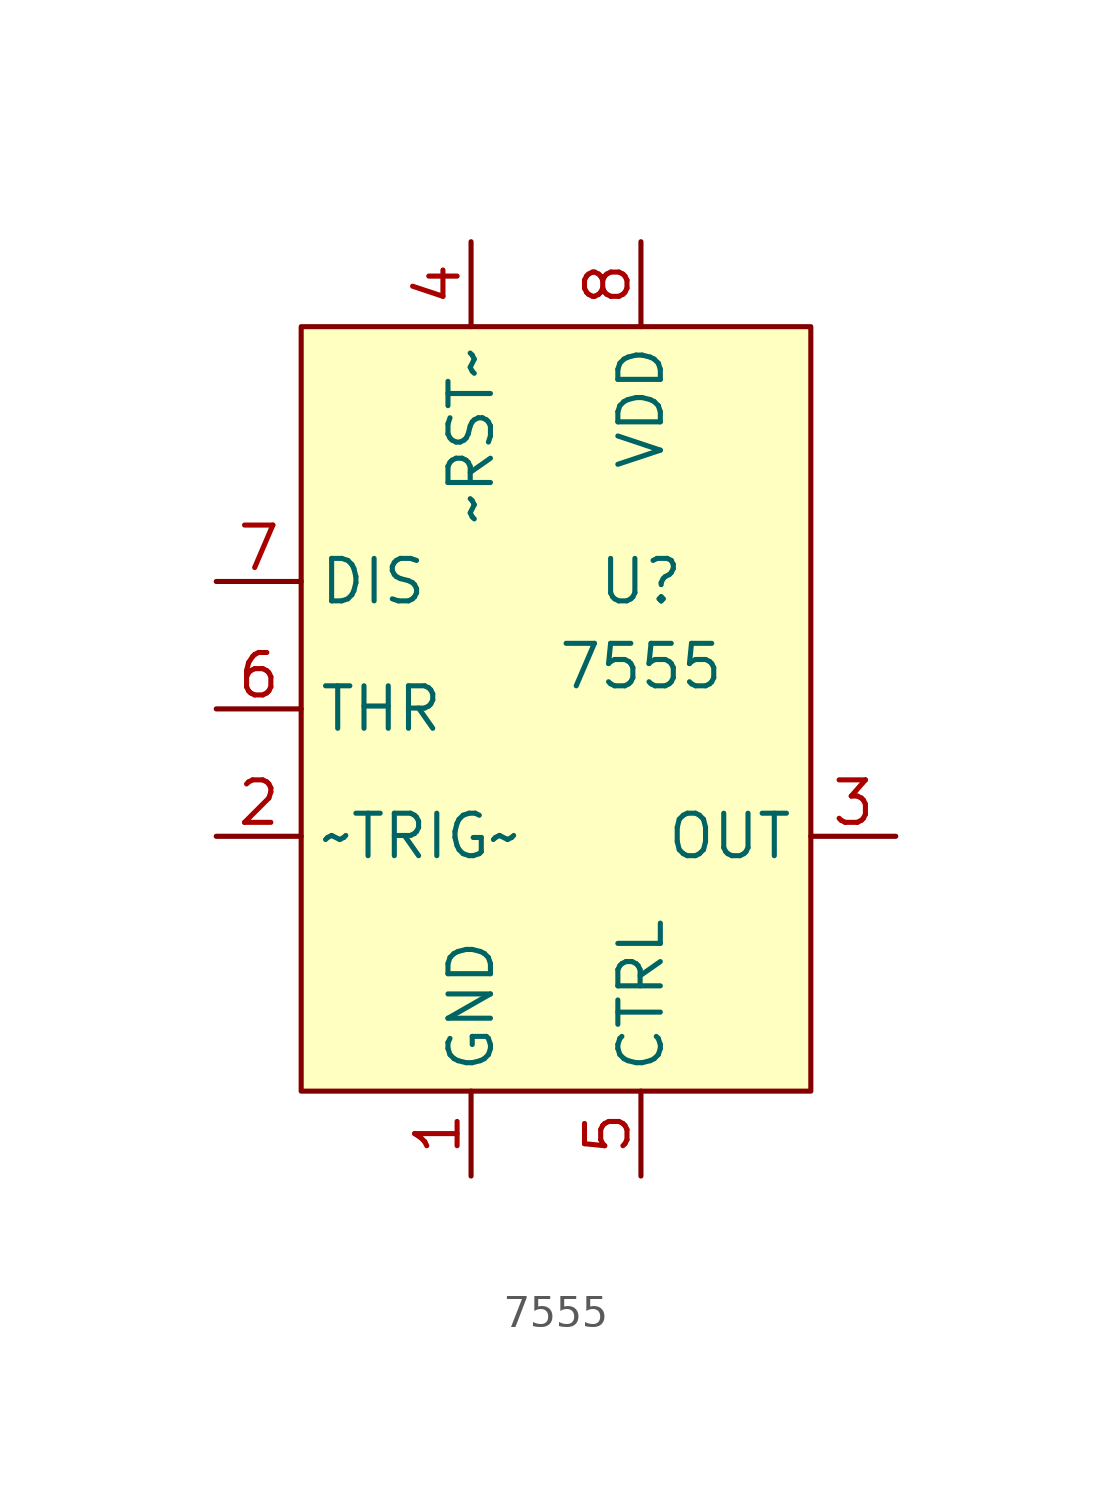
<source format=kicad_sym>
(kicad_symbol_lib
  (version 20231120)
  (generator "kicad_symbol_editor")
  (generator_version "8.0")
  (symbol "7555"
    (property "Reference" "U"
      (at 2.54 1.27 0)
      (effects (font (size 1.27 1.27))))
    (property "Value" "7555"
      (at 2.54 -1.27 0)
      (effects (font (size 1.27 1.27))))
    (symbol "7555_1_1"
      (rectangle (start -7.62 8.89) (end 7.62 -13.97) (stroke (width 0) (type default)) (fill (type color) (color 255 255 194 1)))
      (pin power_in line (at -2.54 -16.51 90) (length 2.54) (name "GND" (effects (font (size 1.27 1.27)))) (number "1" (effects (font (size 1.27 1.27)))))
      (pin input line (at -10.16 -6.35 0) (length 2.54) (name "~TRIG~" (effects (font (size 1.27 1.27)))) (number "2" (effects (font (size 1.27 1.27)))))
      (pin output line (at 10.16 -6.35 180) (length 2.54) (name "OUT" (effects (font (size 1.27 1.27)))) (number "3" (effects (font (size 1.27 1.27)))))
      (pin input line (at -2.54 11.43 270) (length 2.54) (name "~RST~" (effects (font (size 1.27 1.27)))) (number "4" (effects (font (size 1.27 1.27)))))
      (pin input line (at 2.54 -16.51 90) (length 2.54) (name "CTRL" (effects (font (size 1.27 1.27)))) (number "5" (effects (font (size 1.27 1.27)))))
      (pin input line (at -10.16 -2.54 0) (length 2.54) (name "THR" (effects (font (size 1.27 1.27)))) (number "6" (effects (font (size 1.27 1.27)))))
      (pin input line (at -10.16 1.27 0) (length 2.54) (name "DIS" (effects (font (size 1.27 1.27)))) (number "7" (effects (font (size 1.27 1.27)))))
      (pin power_in line (at 2.54 11.43 270) (length 2.54) (name "VDD" (effects (font (size 1.27 1.27)))) (number "8" (effects (font (size 1.27 1.27))))))))
</source>
